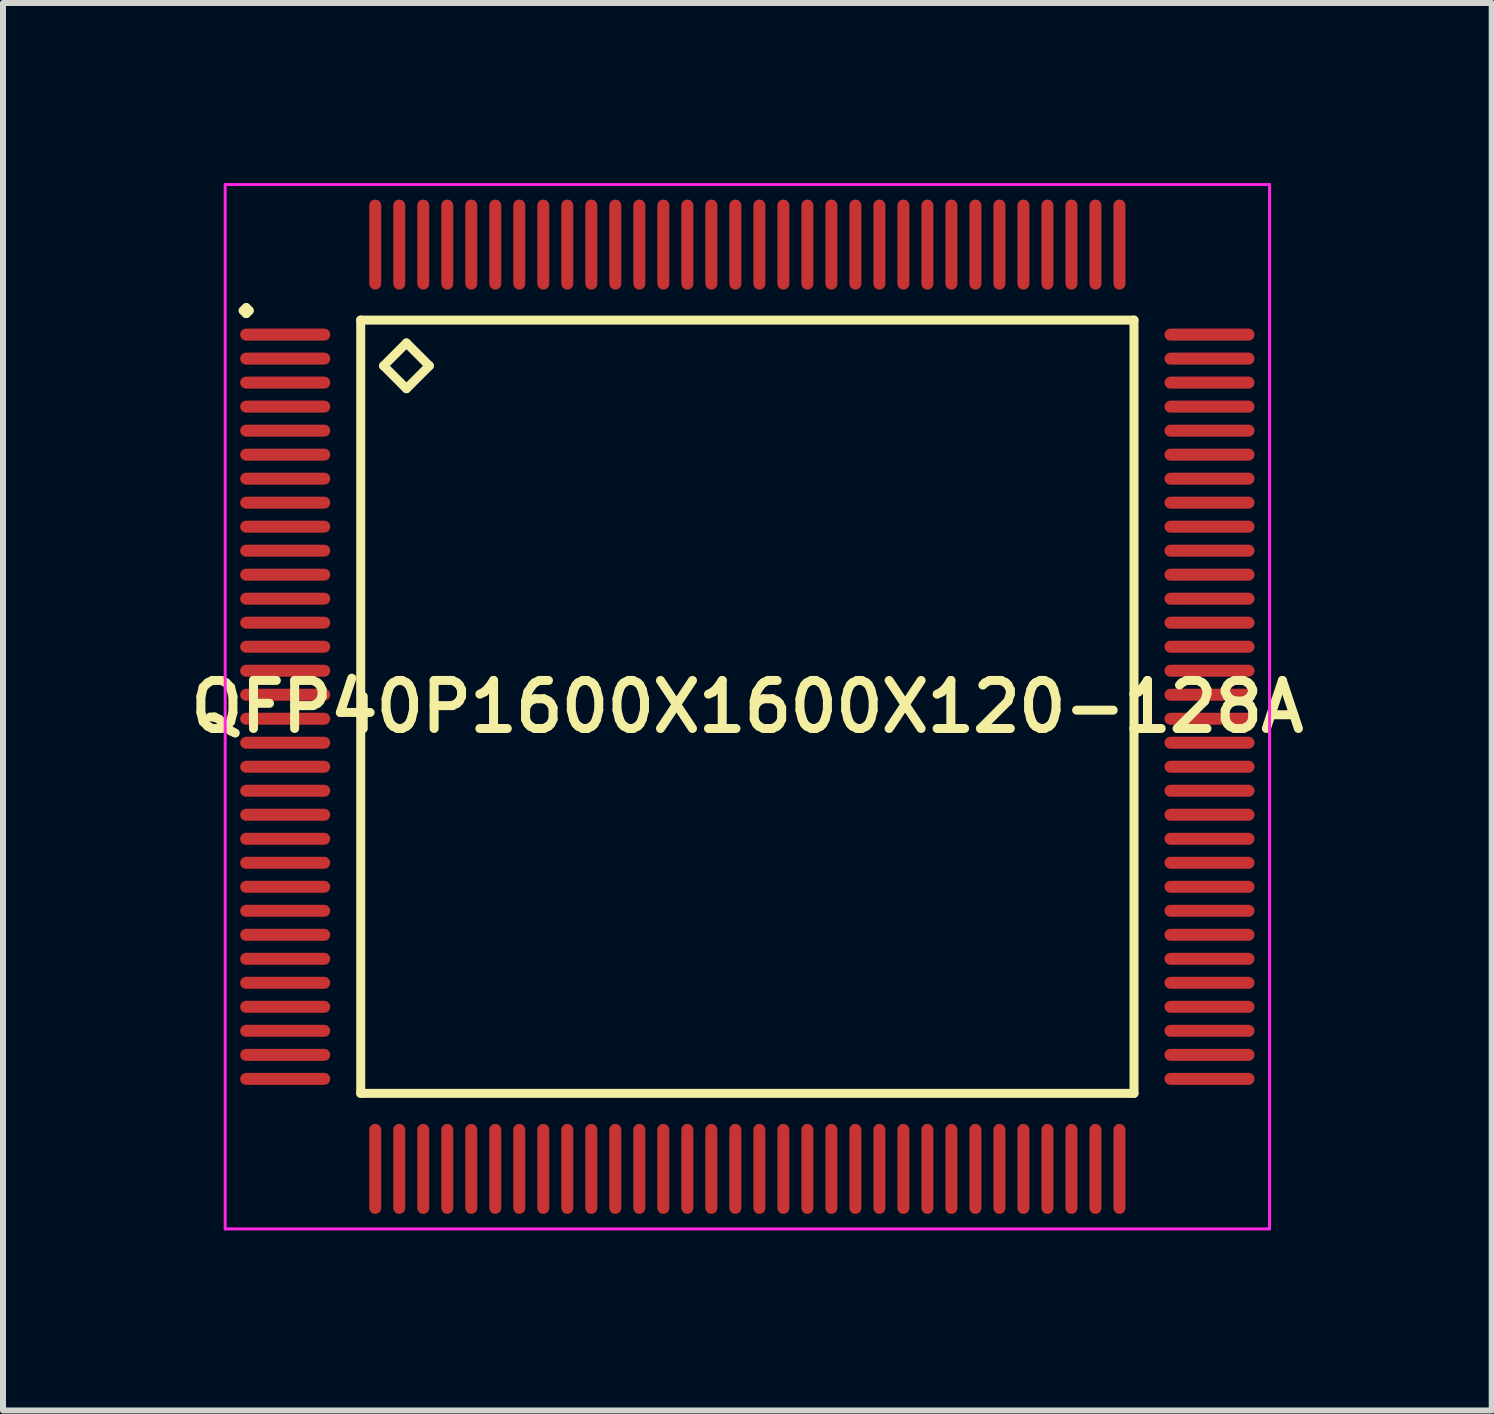
<source format=kicad_pcb>
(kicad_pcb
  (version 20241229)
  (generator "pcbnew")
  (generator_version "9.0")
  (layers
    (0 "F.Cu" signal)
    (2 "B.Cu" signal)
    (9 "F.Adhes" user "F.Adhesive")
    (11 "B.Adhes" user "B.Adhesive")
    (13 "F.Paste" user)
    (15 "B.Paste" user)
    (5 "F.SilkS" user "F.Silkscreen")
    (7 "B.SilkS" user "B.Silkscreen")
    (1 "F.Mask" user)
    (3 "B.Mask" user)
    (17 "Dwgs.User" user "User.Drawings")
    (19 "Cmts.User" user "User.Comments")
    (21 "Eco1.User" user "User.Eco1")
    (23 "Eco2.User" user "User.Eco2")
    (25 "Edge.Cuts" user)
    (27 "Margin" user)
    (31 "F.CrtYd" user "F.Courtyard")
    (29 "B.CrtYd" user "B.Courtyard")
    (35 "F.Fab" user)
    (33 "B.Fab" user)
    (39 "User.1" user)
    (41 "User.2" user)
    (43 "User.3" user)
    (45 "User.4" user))
  (footprint "QFP40P1600X1600X120-128A"
    (layer "F.Cu")
    (at 9.402 8.725)
    (property "Reference" "QFP40P1600X1600X120-128A" (at 0 0 0) (layer "F.SilkS") (effects (font (size 0.8 0.8) (thickness 0.15))))
    (attr smd)
    (fp_line (start -8.4 -6.6) (end -8.35 -6.65) (stroke (width 0.15) (type solid)) (layer "F.SilkS"))
    (fp_line (start -8.35 -6.65) (end -8.3 -6.6) (stroke (width 0.15) (type solid)) (layer "F.SilkS"))
    (fp_line (start -8.35 -6.55) (end -8.4 -6.6) (stroke (width 0.15) (type solid)) (layer "F.SilkS"))
    (fp_line (start -8.3 -6.6) (end -8.35 -6.55) (stroke (width 0.15) (type solid)) (layer "F.SilkS"))
    (fp_line (start -6.442 -6.442) (end -6.442 6.442) (stroke (width 0.15) (type solid)) (layer "F.SilkS"))
    (fp_line (start -6.442 6.442) (end 6.442 6.442) (stroke (width 0.15) (type solid)) (layer "F.SilkS"))
    (fp_line (start -6.061 -5.68) (end -5.68 -6.061) (stroke (width 0.15) (type solid)) (layer "F.SilkS"))
    (fp_line (start -5.68 -6.061) (end -5.299 -5.68) (stroke (width 0.15) (type solid)) (layer "F.SilkS"))
    (fp_line (start -5.68 -5.299) (end -6.061 -5.68) (stroke (width 0.15) (type solid)) (layer "F.SilkS"))
    (fp_line (start -5.299 -5.68) (end -5.68 -5.299) (stroke (width 0.15) (type solid)) (layer "F.SilkS"))
    (fp_line (start 6.442 -6.442) (end -6.442 -6.442) (stroke (width 0.15) (type solid)) (layer "F.SilkS"))
    (fp_line (start 6.442 6.442) (end 6.442 -6.442) (stroke (width 0.15) (type solid)) (layer "F.SilkS"))
    (fp_line (start -8.7 -8.7) (end 8.7 -8.7) (stroke (width 0.05) (type solid)) (layer "F.CrtYd"))
    (fp_line (start -8.7 8.7) (end -8.7 -8.7) (stroke (width 0.05) (type solid)) (layer "F.CrtYd"))
    (fp_line (start 8.7 -8.7) (end 8.7 8.7) (stroke (width 0.05) (type solid)) (layer "F.CrtYd"))
    (fp_line (start 8.7 8.7) (end -8.7 8.7) (stroke (width 0.05) (type solid)) (layer "F.CrtYd"))
    (pad "1" smd oval (at -7.7 -6.2) (size 1.5 0.2) (layers "F.Cu" "F.Mask" "F.Paste"))
    (pad "2" smd oval (at -7.7 -5.8) (size 1.5 0.2) (layers "F.Cu" "F.Mask" "F.Paste"))
    (pad "3" smd oval (at -7.7 -5.4) (size 1.5 0.2) (layers "F.Cu" "F.Mask" "F.Paste"))
    (pad "4" smd oval (at -7.7 -5) (size 1.5 0.2) (layers "F.Cu" "F.Mask" "F.Paste"))
    (pad "5" smd oval (at -7.7 -4.6) (size 1.5 0.2) (layers "F.Cu" "F.Mask" "F.Paste"))
    (pad "6" smd oval (at -7.7 -4.2) (size 1.5 0.2) (layers "F.Cu" "F.Mask" "F.Paste"))
    (pad "7" smd oval (at -7.7 -3.8) (size 1.5 0.2) (layers "F.Cu" "F.Mask" "F.Paste"))
    (pad "8" smd oval (at -7.7 -3.4) (size 1.5 0.2) (layers "F.Cu" "F.Mask" "F.Paste"))
    (pad "9" smd oval (at -7.7 -3) (size 1.5 0.2) (layers "F.Cu" "F.Mask" "F.Paste"))
    (pad "10" smd oval (at -7.7 -2.6) (size 1.5 0.2) (layers "F.Cu" "F.Mask" "F.Paste"))
    (pad "11" smd oval (at -7.7 -2.2) (size 1.5 0.2) (layers "F.Cu" "F.Mask" "F.Paste"))
    (pad "12" smd oval (at -7.7 -1.8) (size 1.5 0.2) (layers "F.Cu" "F.Mask" "F.Paste"))
    (pad "13" smd oval (at -7.7 -1.4) (size 1.5 0.2) (layers "F.Cu" "F.Mask" "F.Paste"))
    (pad "14" smd oval (at -7.7 -1) (size 1.5 0.2) (layers "F.Cu" "F.Mask" "F.Paste"))
    (pad "15" smd oval (at -7.7 -0.6) (size 1.5 0.2) (layers "F.Cu" "F.Mask" "F.Paste"))
    (pad "16" smd oval (at -7.7 -0.2) (size 1.5 0.2) (layers "F.Cu" "F.Mask" "F.Paste"))
    (pad "17" smd oval (at -7.7 0.2) (size 1.5 0.2) (layers "F.Cu" "F.Mask" "F.Paste"))
    (pad "18" smd oval (at -7.7 0.6) (size 1.5 0.2) (layers "F.Cu" "F.Mask" "F.Paste"))
    (pad "19" smd oval (at -7.7 1) (size 1.5 0.2) (layers "F.Cu" "F.Mask" "F.Paste"))
    (pad "20" smd oval (at -7.7 1.4) (size 1.5 0.2) (layers "F.Cu" "F.Mask" "F.Paste"))
    (pad "21" smd oval (at -7.7 1.8) (size 1.5 0.2) (layers "F.Cu" "F.Mask" "F.Paste"))
    (pad "22" smd oval (at -7.7 2.2) (size 1.5 0.2) (layers "F.Cu" "F.Mask" "F.Paste"))
    (pad "23" smd oval (at -7.7 2.6) (size 1.5 0.2) (layers "F.Cu" "F.Mask" "F.Paste"))
    (pad "24" smd oval (at -7.7 3) (size 1.5 0.2) (layers "F.Cu" "F.Mask" "F.Paste"))
    (pad "25" smd oval (at -7.7 3.4) (size 1.5 0.2) (layers "F.Cu" "F.Mask" "F.Paste"))
    (pad "26" smd oval (at -7.7 3.8) (size 1.5 0.2) (layers "F.Cu" "F.Mask" "F.Paste"))
    (pad "27" smd oval (at -7.7 4.2) (size 1.5 0.2) (layers "F.Cu" "F.Mask" "F.Paste"))
    (pad "28" smd oval (at -7.7 4.6) (size 1.5 0.2) (layers "F.Cu" "F.Mask" "F.Paste"))
    (pad "29" smd oval (at -7.7 5) (size 1.5 0.2) (layers "F.Cu" "F.Mask" "F.Paste"))
    (pad "30" smd oval (at -7.7 5.4) (size 1.5 0.2) (layers "F.Cu" "F.Mask" "F.Paste"))
    (pad "31" smd oval (at -7.7 5.8) (size 1.5 0.2) (layers "F.Cu" "F.Mask" "F.Paste"))
    (pad "32" smd oval (at -7.7 6.2) (size 1.5 0.2) (layers "F.Cu" "F.Mask" "F.Paste"))
    (pad "33" smd oval (at -6.2 7.7) (size 0.2 1.5) (layers "F.Cu" "F.Mask" "F.Paste"))
    (pad "34" smd oval (at -5.8 7.7) (size 0.2 1.5) (layers "F.Cu" "F.Mask" "F.Paste"))
    (pad "35" smd oval (at -5.4 7.7) (size 0.2 1.5) (layers "F.Cu" "F.Mask" "F.Paste"))
    (pad "36" smd oval (at -5 7.7) (size 0.2 1.5) (layers "F.Cu" "F.Mask" "F.Paste"))
    (pad "37" smd oval (at -4.6 7.7) (size 0.2 1.5) (layers "F.Cu" "F.Mask" "F.Paste"))
    (pad "38" smd oval (at -4.2 7.7) (size 0.2 1.5) (layers "F.Cu" "F.Mask" "F.Paste"))
    (pad "39" smd oval (at -3.8 7.7) (size 0.2 1.5) (layers "F.Cu" "F.Mask" "F.Paste"))
    (pad "40" smd oval (at -3.4 7.7) (size 0.2 1.5) (layers "F.Cu" "F.Mask" "F.Paste"))
    (pad "41" smd oval (at -3 7.7) (size 0.2 1.5) (layers "F.Cu" "F.Mask" "F.Paste"))
    (pad "42" smd oval (at -2.6 7.7) (size 0.2 1.5) (layers "F.Cu" "F.Mask" "F.Paste"))
    (pad "43" smd oval (at -2.2 7.7) (size 0.2 1.5) (layers "F.Cu" "F.Mask" "F.Paste"))
    (pad "44" smd oval (at -1.8 7.7) (size 0.2 1.5) (layers "F.Cu" "F.Mask" "F.Paste"))
    (pad "45" smd oval (at -1.4 7.7) (size 0.2 1.5) (layers "F.Cu" "F.Mask" "F.Paste"))
    (pad "46" smd oval (at -1 7.7) (size 0.2 1.5) (layers "F.Cu" "F.Mask" "F.Paste"))
    (pad "47" smd oval (at -0.6 7.7) (size 0.2 1.5) (layers "F.Cu" "F.Mask" "F.Paste"))
    (pad "48" smd oval (at -0.2 7.7) (size 0.2 1.5) (layers "F.Cu" "F.Mask" "F.Paste"))
    (pad "49" smd oval (at 0.2 7.7) (size 0.2 1.5) (layers "F.Cu" "F.Mask" "F.Paste"))
    (pad "50" smd oval (at 0.6 7.7) (size 0.2 1.5) (layers "F.Cu" "F.Mask" "F.Paste"))
    (pad "51" smd oval (at 1 7.7) (size 0.2 1.5) (layers "F.Cu" "F.Mask" "F.Paste"))
    (pad "52" smd oval (at 1.4 7.7) (size 0.2 1.5) (layers "F.Cu" "F.Mask" "F.Paste"))
    (pad "53" smd oval (at 1.8 7.7) (size 0.2 1.5) (layers "F.Cu" "F.Mask" "F.Paste"))
    (pad "54" smd oval (at 2.2 7.7) (size 0.2 1.5) (layers "F.Cu" "F.Mask" "F.Paste"))
    (pad "55" smd oval (at 2.6 7.7) (size 0.2 1.5) (layers "F.Cu" "F.Mask" "F.Paste"))
    (pad "56" smd oval (at 3 7.7) (size 0.2 1.5) (layers "F.Cu" "F.Mask" "F.Paste"))
    (pad "57" smd oval (at 3.4 7.7) (size 0.2 1.5) (layers "F.Cu" "F.Mask" "F.Paste"))
    (pad "58" smd oval (at 3.8 7.7) (size 0.2 1.5) (layers "F.Cu" "F.Mask" "F.Paste"))
    (pad "59" smd oval (at 4.2 7.7) (size 0.2 1.5) (layers "F.Cu" "F.Mask" "F.Paste"))
    (pad "60" smd oval (at 4.6 7.7) (size 0.2 1.5) (layers "F.Cu" "F.Mask" "F.Paste"))
    (pad "61" smd oval (at 5 7.7) (size 0.2 1.5) (layers "F.Cu" "F.Mask" "F.Paste"))
    (pad "62" smd oval (at 5.4 7.7) (size 0.2 1.5) (layers "F.Cu" "F.Mask" "F.Paste"))
    (pad "63" smd oval (at 5.8 7.7) (size 0.2 1.5) (layers "F.Cu" "F.Mask" "F.Paste"))
    (pad "64" smd oval (at 6.2 7.7) (size 0.2 1.5) (layers "F.Cu" "F.Mask" "F.Paste"))
    (pad "65" smd oval (at 7.7 6.2) (size 1.5 0.2) (layers "F.Cu" "F.Mask" "F.Paste"))
    (pad "66" smd oval (at 7.7 5.8) (size 1.5 0.2) (layers "F.Cu" "F.Mask" "F.Paste"))
    (pad "67" smd oval (at 7.7 5.4) (size 1.5 0.2) (layers "F.Cu" "F.Mask" "F.Paste"))
    (pad "68" smd oval (at 7.7 5) (size 1.5 0.2) (layers "F.Cu" "F.Mask" "F.Paste"))
    (pad "69" smd oval (at 7.7 4.6) (size 1.5 0.2) (layers "F.Cu" "F.Mask" "F.Paste"))
    (pad "70" smd oval (at 7.7 4.2) (size 1.5 0.2) (layers "F.Cu" "F.Mask" "F.Paste"))
    (pad "71" smd oval (at 7.7 3.8) (size 1.5 0.2) (layers "F.Cu" "F.Mask" "F.Paste"))
    (pad "72" smd oval (at 7.7 3.4) (size 1.5 0.2) (layers "F.Cu" "F.Mask" "F.Paste"))
    (pad "73" smd oval (at 7.7 3) (size 1.5 0.2) (layers "F.Cu" "F.Mask" "F.Paste"))
    (pad "74" smd oval (at 7.7 2.6) (size 1.5 0.2) (layers "F.Cu" "F.Mask" "F.Paste"))
    (pad "75" smd oval (at 7.7 2.2) (size 1.5 0.2) (layers "F.Cu" "F.Mask" "F.Paste"))
    (pad "76" smd oval (at 7.7 1.8) (size 1.5 0.2) (layers "F.Cu" "F.Mask" "F.Paste"))
    (pad "77" smd oval (at 7.7 1.4) (size 1.5 0.2) (layers "F.Cu" "F.Mask" "F.Paste"))
    (pad "78" smd oval (at 7.7 1) (size 1.5 0.2) (layers "F.Cu" "F.Mask" "F.Paste"))
    (pad "79" smd oval (at 7.7 0.6) (size 1.5 0.2) (layers "F.Cu" "F.Mask" "F.Paste"))
    (pad "80" smd oval (at 7.7 0.2) (size 1.5 0.2) (layers "F.Cu" "F.Mask" "F.Paste"))
    (pad "81" smd oval (at 7.7 -0.2) (size 1.5 0.2) (layers "F.Cu" "F.Mask" "F.Paste"))
    (pad "82" smd oval (at 7.7 -0.6) (size 1.5 0.2) (layers "F.Cu" "F.Mask" "F.Paste"))
    (pad "83" smd oval (at 7.7 -1) (size 1.5 0.2) (layers "F.Cu" "F.Mask" "F.Paste"))
    (pad "84" smd oval (at 7.7 -1.4) (size 1.5 0.2) (layers "F.Cu" "F.Mask" "F.Paste"))
    (pad "85" smd oval (at 7.7 -1.8) (size 1.5 0.2) (layers "F.Cu" "F.Mask" "F.Paste"))
    (pad "86" smd oval (at 7.7 -2.2) (size 1.5 0.2) (layers "F.Cu" "F.Mask" "F.Paste"))
    (pad "87" smd oval (at 7.7 -2.6) (size 1.5 0.2) (layers "F.Cu" "F.Mask" "F.Paste"))
    (pad "88" smd oval (at 7.7 -3) (size 1.5 0.2) (layers "F.Cu" "F.Mask" "F.Paste"))
    (pad "89" smd oval (at 7.7 -3.4) (size 1.5 0.2) (layers "F.Cu" "F.Mask" "F.Paste"))
    (pad "90" smd oval (at 7.7 -3.8) (size 1.5 0.2) (layers "F.Cu" "F.Mask" "F.Paste"))
    (pad "91" smd oval (at 7.7 -4.2) (size 1.5 0.2) (layers "F.Cu" "F.Mask" "F.Paste"))
    (pad "92" smd oval (at 7.7 -4.6) (size 1.5 0.2) (layers "F.Cu" "F.Mask" "F.Paste"))
    (pad "93" smd oval (at 7.7 -5) (size 1.5 0.2) (layers "F.Cu" "F.Mask" "F.Paste"))
    (pad "94" smd oval (at 7.7 -5.4) (size 1.5 0.2) (layers "F.Cu" "F.Mask" "F.Paste"))
    (pad "95" smd oval (at 7.7 -5.8) (size 1.5 0.2) (layers "F.Cu" "F.Mask" "F.Paste"))
    (pad "96" smd oval (at 7.7 -6.2) (size 1.5 0.2) (layers "F.Cu" "F.Mask" "F.Paste"))
    (pad "97" smd oval (at 6.2 -7.7) (size 0.2 1.5) (layers "F.Cu" "F.Mask" "F.Paste"))
    (pad "98" smd oval (at 5.8 -7.7) (size 0.2 1.5) (layers "F.Cu" "F.Mask" "F.Paste"))
    (pad "99" smd oval (at 5.4 -7.7) (size 0.2 1.5) (layers "F.Cu" "F.Mask" "F.Paste"))
    (pad "100" smd oval (at 5 -7.7) (size 0.2 1.5) (layers "F.Cu" "F.Mask" "F.Paste"))
    (pad "101" smd oval (at 4.6 -7.7) (size 0.2 1.5) (layers "F.Cu" "F.Mask" "F.Paste"))
    (pad "102" smd oval (at 4.2 -7.7) (size 0.2 1.5) (layers "F.Cu" "F.Mask" "F.Paste"))
    (pad "103" smd oval (at 3.8 -7.7) (size 0.2 1.5) (layers "F.Cu" "F.Mask" "F.Paste"))
    (pad "104" smd oval (at 3.4 -7.7) (size 0.2 1.5) (layers "F.Cu" "F.Mask" "F.Paste"))
    (pad "105" smd oval (at 3 -7.7) (size 0.2 1.5) (layers "F.Cu" "F.Mask" "F.Paste"))
    (pad "106" smd oval (at 2.6 -7.7) (size 0.2 1.5) (layers "F.Cu" "F.Mask" "F.Paste"))
    (pad "107" smd oval (at 2.2 -7.7) (size 0.2 1.5) (layers "F.Cu" "F.Mask" "F.Paste"))
    (pad "108" smd oval (at 1.8 -7.7) (size 0.2 1.5) (layers "F.Cu" "F.Mask" "F.Paste"))
    (pad "109" smd oval (at 1.4 -7.7) (size 0.2 1.5) (layers "F.Cu" "F.Mask" "F.Paste"))
    (pad "110" smd oval (at 1 -7.7) (size 0.2 1.5) (layers "F.Cu" "F.Mask" "F.Paste"))
    (pad "111" smd oval (at 0.6 -7.7) (size 0.2 1.5) (layers "F.Cu" "F.Mask" "F.Paste"))
    (pad "112" smd oval (at 0.2 -7.7) (size 0.2 1.5) (layers "F.Cu" "F.Mask" "F.Paste"))
    (pad "113" smd oval (at -0.2 -7.7) (size 0.2 1.5) (layers "F.Cu" "F.Mask" "F.Paste"))
    (pad "114" smd oval (at -0.6 -7.7) (size 0.2 1.5) (layers "F.Cu" "F.Mask" "F.Paste"))
    (pad "115" smd oval (at -1 -7.7) (size 0.2 1.5) (layers "F.Cu" "F.Mask" "F.Paste"))
    (pad "116" smd oval (at -1.4 -7.7) (size 0.2 1.5) (layers "F.Cu" "F.Mask" "F.Paste"))
    (pad "117" smd oval (at -1.8 -7.7) (size 0.2 1.5) (layers "F.Cu" "F.Mask" "F.Paste"))
    (pad "118" smd oval (at -2.2 -7.7) (size 0.2 1.5) (layers "F.Cu" "F.Mask" "F.Paste"))
    (pad "119" smd oval (at -2.6 -7.7) (size 0.2 1.5) (layers "F.Cu" "F.Mask" "F.Paste"))
    (pad "120" smd oval (at -3 -7.7) (size 0.2 1.5) (layers "F.Cu" "F.Mask" "F.Paste"))
    (pad "121" smd oval (at -3.4 -7.7) (size 0.2 1.5) (layers "F.Cu" "F.Mask" "F.Paste"))
    (pad "122" smd oval (at -3.8 -7.7) (size 0.2 1.5) (layers "F.Cu" "F.Mask" "F.Paste"))
    (pad "123" smd oval (at -4.2 -7.7) (size 0.2 1.5) (layers "F.Cu" "F.Mask" "F.Paste"))
    (pad "124" smd oval (at -4.6 -7.7) (size 0.2 1.5) (layers "F.Cu" "F.Mask" "F.Paste"))
    (pad "125" smd oval (at -5 -7.7) (size 0.2 1.5) (layers "F.Cu" "F.Mask" "F.Paste"))
    (pad "126" smd oval (at -5.4 -7.7) (size 0.2 1.5) (layers "F.Cu" "F.Mask" "F.Paste"))
    (pad "127" smd oval (at -5.8 -7.7) (size 0.2 1.5) (layers "F.Cu" "F.Mask" "F.Paste"))
    (pad "128" smd oval (at -6.2 -7.7) (size 0.2 1.5) (layers "F.Cu" "F.Mask" "F.Paste")))
  (gr_rect
    (start -3 -3)
    (end 21.804 20.45)
    (stroke (width 0.1) (type default))
    (fill no)
    (layer "Edge.Cuts")))
</source>
